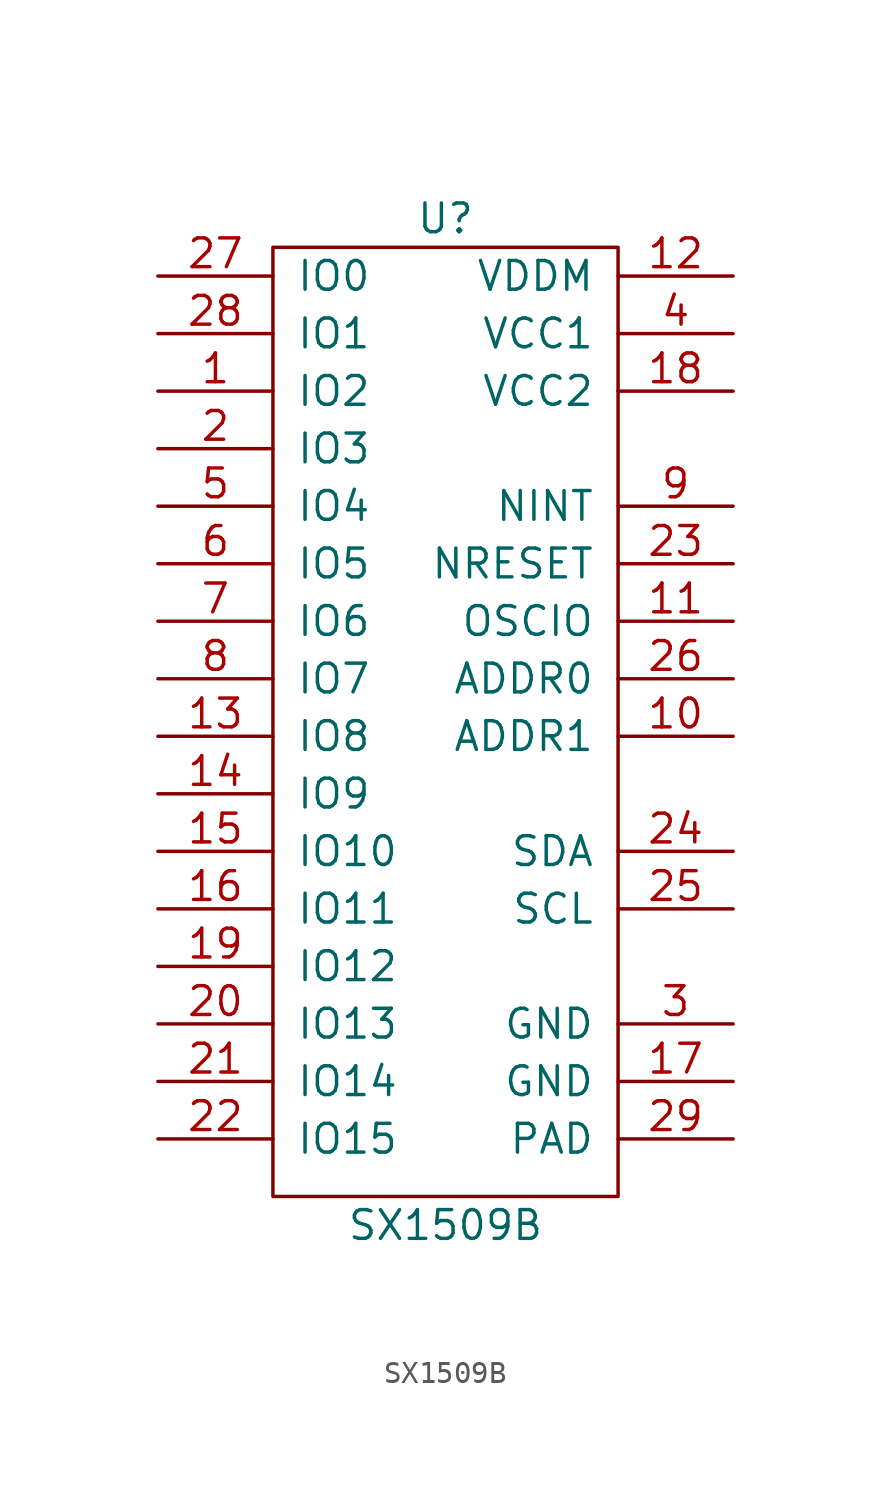
<source format=kicad_sym>
(kicad_symbol_lib
  (version 20211014)
  (generator kicad_symbol_editor)
  (symbol "SX1509B"
    (pin_names
      (offset 1.016))
    (property "Reference" "U"
      (at 0 21.59 0)
      (effects (font (size 1.27 1.27))))
    (property "Value" "SX1509B"
      (at 0 -22.86 0)
      (effects (font (size 1.27 1.27))))
    (symbol "SX1509B_0_1"
      (rectangle (start -7.62 20.32) (end 7.62 -21.59) (stroke (width 0) (type default) (color 0 0 0 0)) (fill (type none))))
    (symbol "SX1509B_1_1"
      (pin input line (at -12.7 13.97 0) (length 5.08) (name "IO2" (effects (font (size 1.27 1.27)))) (number "1" (effects (font (size 1.27 1.27)))))
      (pin input line (at 12.7 -1.27 180) (length 5.08) (name "ADDR1" (effects (font (size 1.27 1.27)))) (number "10" (effects (font (size 1.27 1.27)))))
      (pin input line (at 12.7 3.81 180) (length 5.08) (name "OSCIO" (effects (font (size 1.27 1.27)))) (number "11" (effects (font (size 1.27 1.27)))))
      (pin input line (at 12.7 19.05 180) (length 5.08) (name "VDDM" (effects (font (size 1.27 1.27)))) (number "12" (effects (font (size 1.27 1.27)))))
      (pin input line (at -12.7 -1.27 0) (length 5.08) (name "IO8" (effects (font (size 1.27 1.27)))) (number "13" (effects (font (size 1.27 1.27)))))
      (pin input line (at -12.7 -3.81 0) (length 5.08) (name "IO9" (effects (font (size 1.27 1.27)))) (number "14" (effects (font (size 1.27 1.27)))))
      (pin input line (at -12.7 -6.35 0) (length 5.08) (name "IO10" (effects (font (size 1.27 1.27)))) (number "15" (effects (font (size 1.27 1.27)))))
      (pin input line (at -12.7 -8.89 0) (length 5.08) (name "IO11" (effects (font (size 1.27 1.27)))) (number "16" (effects (font (size 1.27 1.27)))))
      (pin input line (at 12.7 -16.51 180) (length 5.08) (name "GND" (effects (font (size 1.27 1.27)))) (number "17" (effects (font (size 1.27 1.27)))))
      (pin input line (at 12.7 13.97 180) (length 5.08) (name "VCC2" (effects (font (size 1.27 1.27)))) (number "18" (effects (font (size 1.27 1.27)))))
      (pin input line (at -12.7 -11.43 0) (length 5.08) (name "IO12" (effects (font (size 1.27 1.27)))) (number "19" (effects (font (size 1.27 1.27)))))
      (pin input line (at -12.7 11.43 0) (length 5.08) (name "IO3" (effects (font (size 1.27 1.27)))) (number "2" (effects (font (size 1.27 1.27)))))
      (pin input line (at -12.7 -13.97 0) (length 5.08) (name "IO13" (effects (font (size 1.27 1.27)))) (number "20" (effects (font (size 1.27 1.27)))))
      (pin input line (at -12.7 -16.51 0) (length 5.08) (name "IO14" (effects (font (size 1.27 1.27)))) (number "21" (effects (font (size 1.27 1.27)))))
      (pin input line (at -12.7 -19.05 0) (length 5.08) (name "IO15" (effects (font (size 1.27 1.27)))) (number "22" (effects (font (size 1.27 1.27)))))
      (pin input line (at 12.7 6.35 180) (length 5.08) (name "NRESET" (effects (font (size 1.27 1.27)))) (number "23" (effects (font (size 1.27 1.27)))))
      (pin input line (at 12.7 -6.35 180) (length 5.08) (name "SDA" (effects (font (size 1.27 1.27)))) (number "24" (effects (font (size 1.27 1.27)))))
      (pin input line (at 12.7 -8.89 180) (length 5.08) (name "SCL" (effects (font (size 1.27 1.27)))) (number "25" (effects (font (size 1.27 1.27)))))
      (pin input line (at 12.7 1.27 180) (length 5.08) (name "ADDR0" (effects (font (size 1.27 1.27)))) (number "26" (effects (font (size 1.27 1.27)))))
      (pin input line (at -12.7 19.05 0) (length 5.08) (name "IO0" (effects (font (size 1.27 1.27)))) (number "27" (effects (font (size 1.27 1.27)))))
      (pin input line (at -12.7 16.51 0) (length 5.08) (name "IO1" (effects (font (size 1.27 1.27)))) (number "28" (effects (font (size 1.27 1.27)))))
      (pin input line (at 12.7 -19.05 180) (length 5.08) (name "PAD" (effects (font (size 1.27 1.27)))) (number "29" (effects (font (size 1.27 1.27)))))
      (pin input line (at 12.7 -13.97 180) (length 5.08) (name "GND" (effects (font (size 1.27 1.27)))) (number "3" (effects (font (size 1.27 1.27)))))
      (pin input line (at 12.7 16.51 180) (length 5.08) (name "VCC1" (effects (font (size 1.27 1.27)))) (number "4" (effects (font (size 1.27 1.27)))))
      (pin input line (at -12.7 8.89 0) (length 5.08) (name "IO4" (effects (font (size 1.27 1.27)))) (number "5" (effects (font (size 1.27 1.27)))))
      (pin input line (at -12.7 6.35 0) (length 5.08) (name "IO5" (effects (font (size 1.27 1.27)))) (number "6" (effects (font (size 1.27 1.27)))))
      (pin input line (at -12.7 3.81 0) (length 5.08) (name "IO6" (effects (font (size 1.27 1.27)))) (number "7" (effects (font (size 1.27 1.27)))))
      (pin input line (at -12.7 1.27 0) (length 5.08) (name "IO7" (effects (font (size 1.27 1.27)))) (number "8" (effects (font (size 1.27 1.27)))))
      (pin input line (at 12.7 8.89 180) (length 5.08) (name "NINT" (effects (font (size 1.27 1.27)))) (number "9" (effects (font (size 1.27 1.27))))))))
</source>
